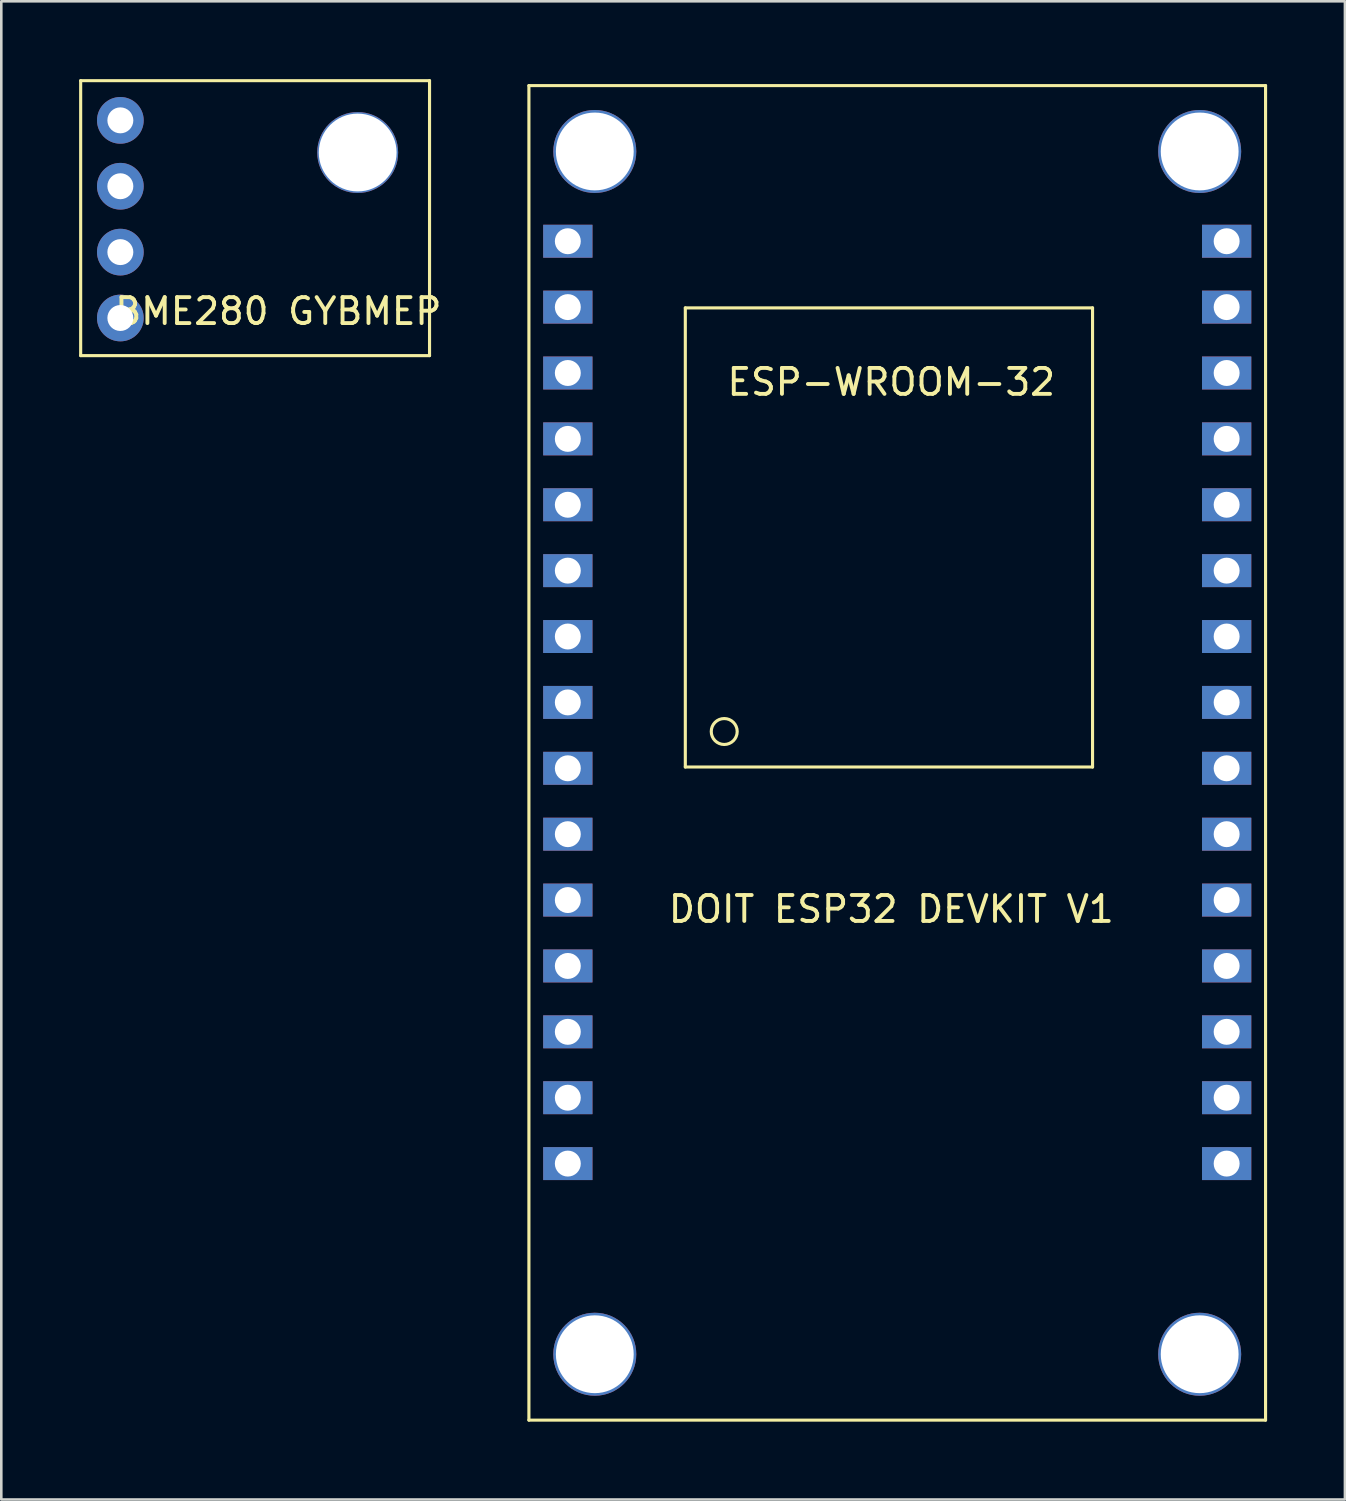
<source format=kicad_pcb>
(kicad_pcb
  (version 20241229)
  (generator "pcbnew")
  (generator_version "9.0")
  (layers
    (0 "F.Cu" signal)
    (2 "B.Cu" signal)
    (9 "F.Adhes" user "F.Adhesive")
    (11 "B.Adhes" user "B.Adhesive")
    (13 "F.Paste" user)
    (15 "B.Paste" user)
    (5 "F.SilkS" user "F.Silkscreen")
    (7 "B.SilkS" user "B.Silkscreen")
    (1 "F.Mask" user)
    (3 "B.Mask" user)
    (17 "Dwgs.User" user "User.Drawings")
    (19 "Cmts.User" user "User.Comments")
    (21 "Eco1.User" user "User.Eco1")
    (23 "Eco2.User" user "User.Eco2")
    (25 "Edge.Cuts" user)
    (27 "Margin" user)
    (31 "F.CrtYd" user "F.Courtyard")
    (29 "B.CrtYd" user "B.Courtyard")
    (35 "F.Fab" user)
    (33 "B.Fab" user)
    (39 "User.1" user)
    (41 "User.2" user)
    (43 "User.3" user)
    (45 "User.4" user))
  (footprint "DOIT ESP32 DEVKIT V1"
    (layer "F.Cu")
    (at 17.341 0.25)
    (property "Reference" "DOIT ESP32 DEVKIT V1" (at 13.97 31.75 0) (layer "F.SilkS") (effects (font (size 1 1) (thickness 0.15))))
    (attr through_hole)
    (fp_line (start 0 0) (end 0 51.45) (stroke (width 0.12) (type solid)) (layer "F.SilkS"))
    (fp_line (start 0 0) (end 28.4 0) (stroke (width 0.12) (type solid)) (layer "F.SilkS"))
    (fp_line (start 0 51.45) (end 28.4 51.45) (stroke (width 0.12) (type solid)) (layer "F.SilkS"))
    (fp_line (start 6.03 8.57) (end 6.03 26.27) (stroke (width 0.12) (type solid)) (layer "F.SilkS"))
    (fp_line (start 6.03 8.57) (end 21.73 8.57) (stroke (width 0.12) (type solid)) (layer "F.SilkS"))
    (fp_line (start 6.03 26.27) (end 21.73 26.27) (stroke (width 0.12) (type solid)) (layer "F.SilkS"))
    (fp_line (start 21.73 8.57) (end 21.73 26.27) (stroke (width 0.12) (type solid)) (layer "F.SilkS"))
    (fp_line (start 28.4 0) (end 28.4 51.45) (stroke (width 0.12) (type solid)) (layer "F.SilkS"))
    (fp_circle (center 7.53 24.902) (end 8.03 24.902) (stroke (width 0.12) (type solid)) (fill no) (layer "F.SilkS"))
    (fp_text user "ESP-WROOM-32" (at 13.97 11.43 0) (layer "F.SilkS") (effects (font (size 1 1) (thickness 0.15))))
    (pad "" np_thru_hole circle (at 2.54 2.54) (size 3.2 3.2) (drill 3) (layers "*.Cu" "*.Mask"))
    (pad "" np_thru_hole circle (at 2.54 48.91) (size 3.2 3.2) (drill 3) (layers "*.Cu" "*.Mask"))
    (pad "" np_thru_hole circle (at 25.86 2.54) (size 3.2 3.2) (drill 3) (layers "*.Cu" "*.Mask"))
    (pad "" np_thru_hole circle (at 25.86 48.91) (size 3.2 3.2) (drill 3) (layers "*.Cu" "*.Mask"))
    (pad "3V3" thru_hole rect (at 26.9 41.56) (size 1.9 1.27) (drill 1) (layers "*.Cu" "*.Mask"))
    (pad "D2" thru_hole rect (at 26.9 33.94) (size 1.9 1.27) (drill 1) (layers "*.Cu" "*.Mask"))
    (pad "D4" thru_hole rect (at 26.9 31.4) (size 1.9 1.27) (drill 1) (layers "*.Cu" "*.Mask"))
    (pad "D5" thru_hole rect (at 26.9 23.78) (size 1.9 1.27) (drill 1) (layers "*.Cu" "*.Mask"))
    (pad "D12" thru_hole rect (at 1.5 33.94) (size 1.9 1.27) (drill 1) (layers "*.Cu" "*.Mask"))
    (pad "D13" thru_hole rect (at 1.5 36.48) (size 1.9 1.27) (drill 1) (layers "*.Cu" "*.Mask"))
    (pad "D14" thru_hole rect (at 1.5 31.4) (size 1.9 1.27) (drill 1) (layers "*.Cu" "*.Mask"))
    (pad "D15" thru_hole rect (at 26.9 36.48) (size 1.9 1.27) (drill 1) (layers "*.Cu" "*.Mask"))
    (pad "D18" thru_hole rect (at 26.9 21.24) (size 1.9 1.27) (drill 1) (layers "*.Cu" "*.Mask"))
    (pad "D19" thru_hole rect (at 26.9 18.7) (size 1.9 1.27) (drill 1) (layers "*.Cu" "*.Mask"))
    (pad "D21" thru_hole rect (at 26.9 16.16) (size 1.9 1.27) (drill 1) (layers "*.Cu" "*.Mask"))
    (pad "D22" thru_hole rect (at 26.9 8.54) (size 1.9 1.27) (drill 1) (layers "*.Cu" "*.Mask"))
    (pad "D23" thru_hole rect (at 26.9 6) (size 1.9 1.27) (drill 1) (layers "*.Cu" "*.Mask"))
    (pad "D25" thru_hole rect (at 1.5 23.78) (size 1.9 1.27) (drill 1) (layers "*.Cu" "*.Mask"))
    (pad "D26" thru_hole rect (at 1.5 26.32) (size 1.9 1.27) (drill 1) (layers "*.Cu" "*.Mask"))
    (pad "D27" thru_hole rect (at 1.5 28.86) (size 1.9 1.27) (drill 1) (layers "*.Cu" "*.Mask"))
    (pad "D32" thru_hole rect (at 1.5 18.7) (size 1.9 1.27) (drill 1) (layers "*.Cu" "*.Mask"))
    (pad "D33" thru_hole rect (at 1.5 21.24) (size 1.9 1.27) (drill 1) (layers "*.Cu" "*.Mask"))
    (pad "D34" thru_hole rect (at 1.5 13.62) (size 1.9 1.27) (drill 1) (layers "*.Cu" "*.Mask"))
    (pad "D35" thru_hole rect (at 1.5 16.16) (size 1.9 1.27) (drill 1) (layers "*.Cu" "*.Mask"))
    (pad "EN" thru_hole rect (at 1.5 6) (size 1.9 1.27) (drill 1) (layers "*.Cu" "*.Mask"))
    (pad "GND" thru_hole rect (at 1.5 39.02) (size 1.9 1.27) (drill 1) (layers "*.Cu" "*.Mask"))
    (pad "GND" thru_hole rect (at 26.9 39.02) (size 1.9 1.27) (drill 1) (layers "*.Cu" "*.Mask"))
    (pad "RX0" thru_hole rect (at 26.9 13.62) (size 1.9 1.27) (drill 1) (layers "*.Cu" "*.Mask"))
    (pad "RX2" thru_hole rect (at 26.9 28.86) (size 1.9 1.27) (drill 1) (layers "*.Cu" "*.Mask"))
    (pad "TX0" thru_hole rect (at 26.9 11.08) (size 1.9 1.27) (drill 1) (layers "*.Cu" "*.Mask"))
    (pad "TX2" thru_hole rect (at 26.9 26.32) (size 1.9 1.27) (drill 1) (layers "*.Cu" "*.Mask"))
    (pad "VIN" thru_hole rect (at 1.5 41.56) (size 1.9 1.27) (drill 1) (layers "*.Cu" "*.Mask"))
    (pad "VN" thru_hole rect (at 1.5 11.08) (size 1.9 1.27) (drill 1) (layers "*.Cu" "*.Mask"))
    (pad "VP" thru_hole rect (at 1.5 8.54) (size 1.9 1.27) (drill 1) (layers "*.Cu" "*.Mask")))
  (footprint "BME280 GYBMEP"
    (layer "F.Cu")
    (at 6.785 5.4)
    (property "Reference" "BME280 GYBMEP" (at 0.895 3.55 0) (layer "F.SilkS") (effects (font (size 1 1) (thickness 0.15))))
    (attr through_hole)
    (fp_line (start -6.725 -5.34) (end -6.725 5.26) (stroke (width 0.12) (type solid)) (layer "F.SilkS"))
    (fp_line (start -6.725 -5.34) (end 6.725 -5.34) (stroke (width 0.12) (type solid)) (layer "F.SilkS"))
    (fp_line (start -6.725 5.26) (end 6.725 5.26) (stroke (width 0.12) (type solid)) (layer "F.SilkS"))
    (fp_line (start 6.725 -5.34) (end 6.725 5.26) (stroke (width 0.12) (type solid)) (layer "F.SilkS"))
    (pad "" np_thru_hole circle (at 3.955 -2.57) (size 3.12 3.12) (drill 3) (layers "*.Cu" "*.Mask"))
    (pad "GND" thru_hole circle (at -5.195 -1.27) (size 1.8 1.8) (drill 1) (layers "*.Cu" "*.Mask"))
    (pad "SCL" thru_hole circle (at -5.195 1.27) (size 1.8 1.8) (drill 1) (layers "*.Cu" "*.Mask"))
    (pad "SDA" thru_hole circle (at -5.195 3.81) (size 1.8 1.8) (drill 1) (layers "*.Cu" "*.Mask"))
    (pad "VIN" thru_hole circle (at -5.195 -3.81) (size 1.8 1.8) (drill 1) (layers "*.Cu" "*.Mask")))
  (gr_rect
    (start -3 -3)
    (end 48.801 54.76)
    (stroke (width 0.1) (type default))
    (fill no)
    (layer "Edge.Cuts")))
</source>
